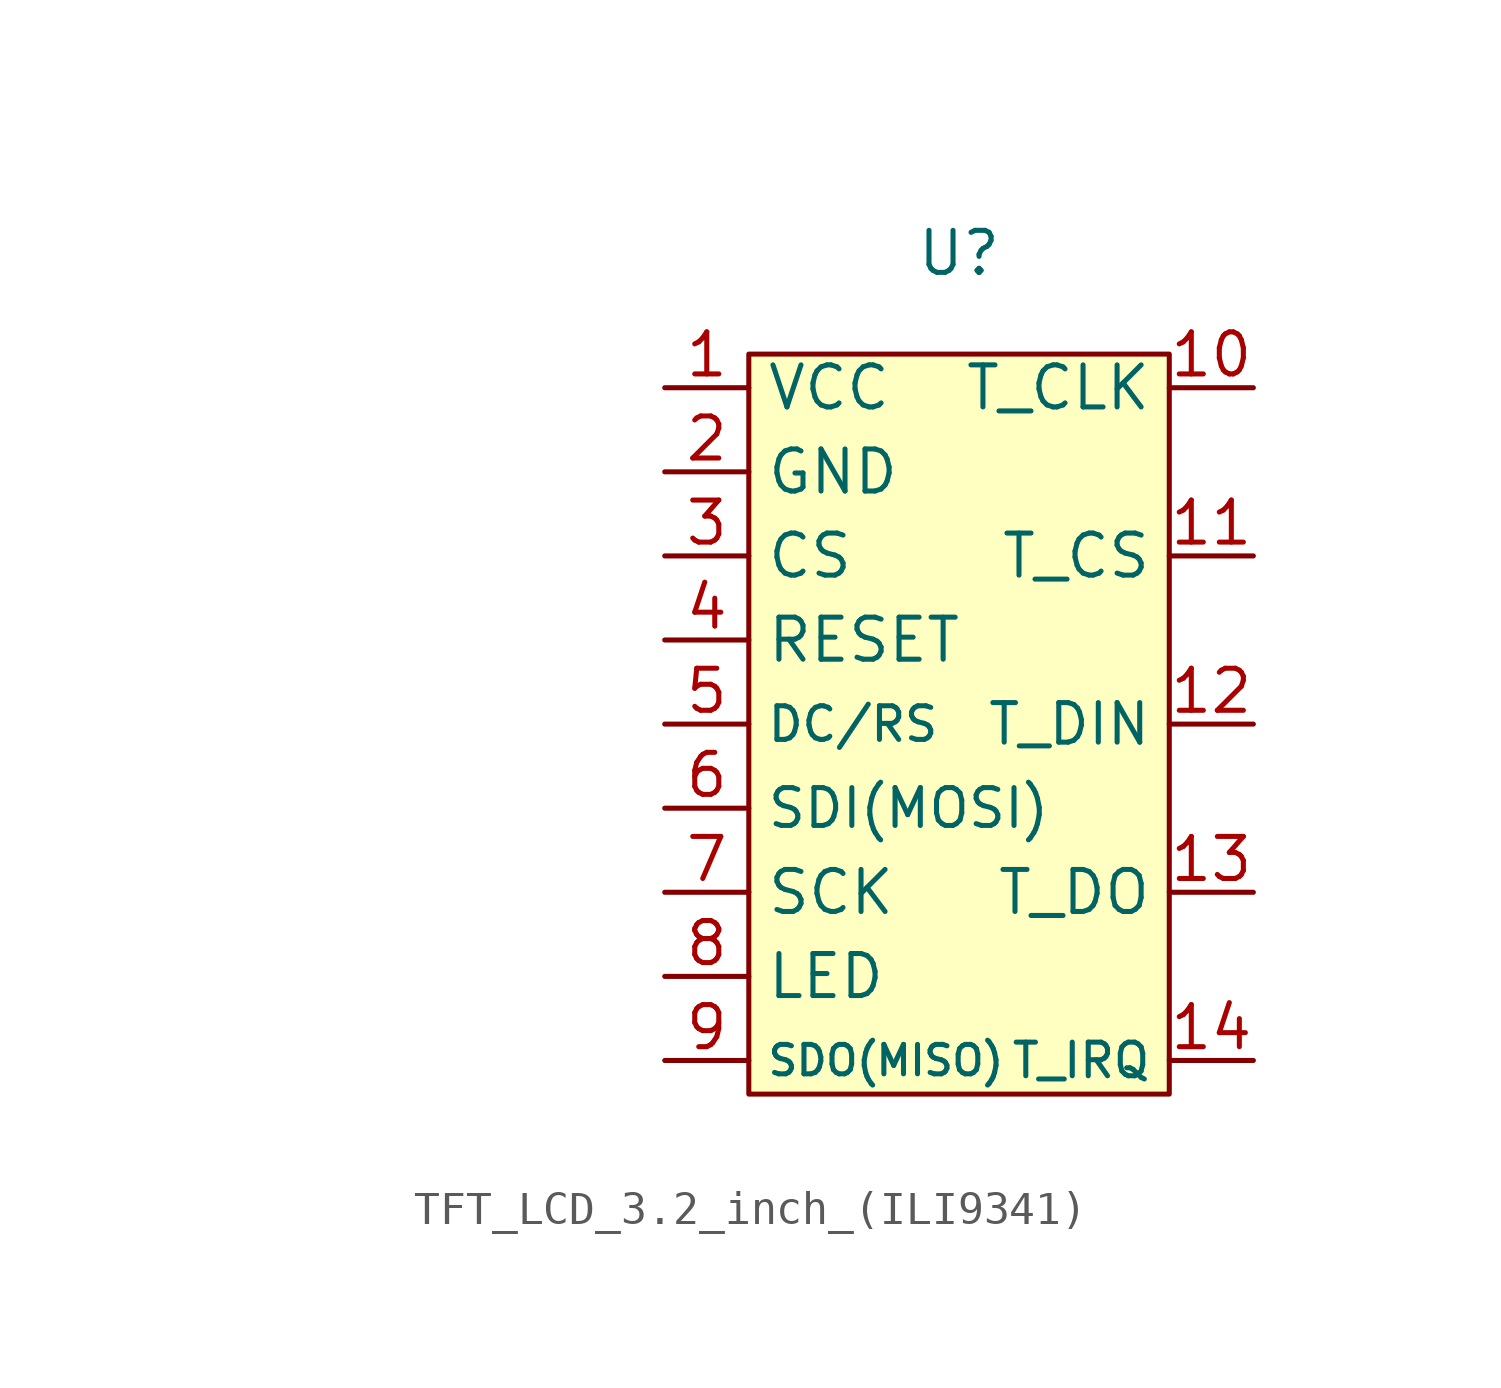
<source format=kicad_sym>
(kicad_symbol_lib
  (version 20231120)
  (generator "kicad_symbol_editor")
  (generator_version "8.0")
  (symbol "TFT_LCD_3.2_inch_(ILI9341)"
    (property "Reference" "U"
      (at 0 19.304 0)
      (effects (font (size 1.27 1.27))))
    (property "Value" ""
      (at -21.59 -1.27 90)
      (effects (font (size 1.27 1.27))))
    (symbol "TFT_LCD_3.2_inch_(ILI9341)_1_1"
      (rectangle (start -6.35 16.256) (end 6.35 -6.096) (stroke (width 0) (type default)) (fill (type background)))
      (pin input line (at -8.89 15.24 0) (length 2.54) (name "VCC" (effects (font (size 1.27 1.27)))) (number "1" (effects (font (size 1.27 1.27)))))
      (pin input line (at 8.89 15.24 180) (length 2.54) (name "T_CLK" (effects (font (size 1.27 1.27)))) (number "10" (effects (font (size 1.27 1.27)))))
      (pin input line (at 8.89 10.16 180) (length 2.54) (name "T_CS" (effects (font (size 1.27 1.27)))) (number "11" (effects (font (size 1.27 1.27)))))
      (pin input line (at 8.89 5.08 180) (length 2.54) (name "T_DIN" (effects (font (size 1.194 1.194)))) (number "12" (effects (font (size 1.27 1.27)))))
      (pin input line (at 8.89 0 180) (length 2.54) (name "T_DO" (effects (font (size 1.27 1.27)))) (number "13" (effects (font (size 1.27 1.27)))))
      (pin input line (at 8.89 -5.08 180) (length 2.54) (name "T_IRQ" (effects (font (size 1.016 1.016)))) (number "14" (effects (font (size 1.27 1.27)))))
      (pin input line (at -8.89 12.7 0) (length 2.54) (name "GND" (effects (font (size 1.27 1.27)))) (number "2" (effects (font (size 1.27 1.27)))))
      (pin input line (at -8.89 10.16 0) (length 2.54) (name "CS" (effects (font (size 1.27 1.27)))) (number "3" (effects (font (size 1.27 1.27)))))
      (pin input line (at -8.89 7.62 0) (length 2.54) (name "RESET" (effects (font (size 1.27 1.27)))) (number "4" (effects (font (size 1.27 1.27)))))
      (pin input line (at -8.89 5.08 0) (length 2.54) (name "DC/RS" (effects (font (size 1.016 1.016)))) (number "5" (effects (font (size 1.27 1.27)))))
      (pin input line (at -8.89 2.54 0) (length 2.54) (name "SDI(MOSI)" (effects (font (size 1.143 1.143)))) (number "6" (effects (font (size 1.27 1.27)))))
      (pin input line (at -8.89 0 0) (length 2.54) (name "SCK" (effects (font (size 1.27 1.27)))) (number "7" (effects (font (size 1.27 1.27)))))
      (pin input line (at -8.89 -2.54 0) (length 2.54) (name "LED" (effects (font (size 1.27 1.27)))) (number "8" (effects (font (size 1.27 1.27)))))
      (pin input line (at -8.89 -5.08 0) (length 2.54) (name "SDO(MISO)" (effects (font (size 0.889 0.889)))) (number "9" (effects (font (size 1.27 1.27))))))))
</source>
